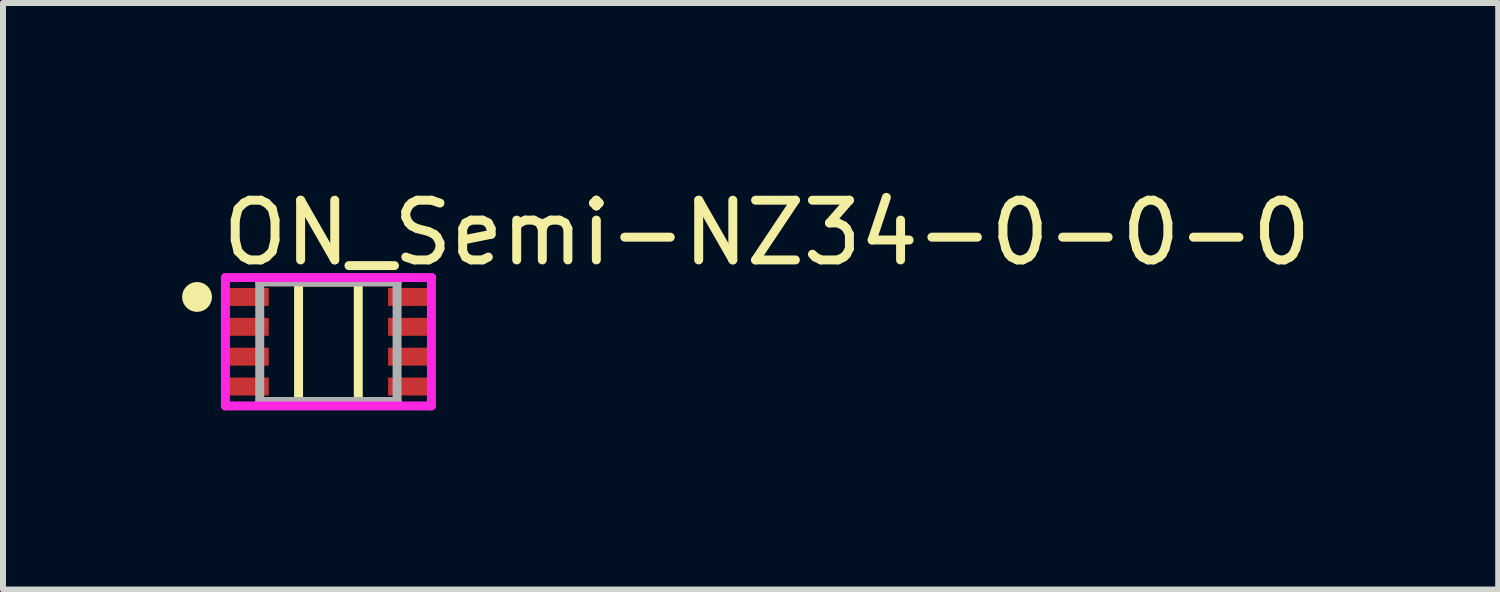
<source format=kicad_pcb>
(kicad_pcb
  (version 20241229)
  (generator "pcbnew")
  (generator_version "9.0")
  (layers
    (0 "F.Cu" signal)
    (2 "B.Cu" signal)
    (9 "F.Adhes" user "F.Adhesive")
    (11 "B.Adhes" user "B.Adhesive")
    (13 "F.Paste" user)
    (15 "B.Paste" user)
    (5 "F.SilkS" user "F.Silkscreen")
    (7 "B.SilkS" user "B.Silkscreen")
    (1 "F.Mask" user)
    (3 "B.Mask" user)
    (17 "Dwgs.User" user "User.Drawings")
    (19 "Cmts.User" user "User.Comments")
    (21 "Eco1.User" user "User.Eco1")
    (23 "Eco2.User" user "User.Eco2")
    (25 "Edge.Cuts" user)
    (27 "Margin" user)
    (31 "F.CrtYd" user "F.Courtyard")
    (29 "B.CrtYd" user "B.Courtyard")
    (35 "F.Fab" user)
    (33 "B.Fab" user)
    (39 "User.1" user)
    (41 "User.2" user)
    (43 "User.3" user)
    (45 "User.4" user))
  (footprint "ON_Semi-NZ34-0-0-0"
    (layer "F.Cu")
    (at 2.45 2.673)
    (property "Reference" "ON_Semi-NZ34-0-0-0" (at -1.85 -1.825 0) (layer "F.SilkS") (effects (font (size 1 1) (thickness 0.15)) (justify left)))
    (attr through_hole)
    (fp_line (start -0.5 -1) (end 0.5 -1) (stroke (width 0.15) (type solid)) (layer "F.SilkS"))
    (fp_line (start -0.5 1) (end -0.5 -1) (stroke (width 0.15) (type solid)) (layer "F.SilkS"))
    (fp_line (start 0.5 -1) (end 0.5 1) (stroke (width 0.15) (type solid)) (layer "F.SilkS"))
    (fp_line (start 0.5 1) (end -0.5 1) (stroke (width 0.15) (type solid)) (layer "F.SilkS"))
    (fp_circle (center -2.2 -0.75) (end -2.075 -0.75) (stroke (width 0.25) (type solid)) (fill no) (layer "F.SilkS"))
    (fp_line (start -1.725 -1.075) (end -1.725 1.075) (stroke (width 0.15) (type solid)) (layer "F.CrtYd"))
    (fp_line (start -1.725 1.075) (end 1.725 1.075) (stroke (width 0.15) (type solid)) (layer "F.CrtYd"))
    (fp_line (start 1.725 -1.075) (end -1.725 -1.075) (stroke (width 0.15) (type solid)) (layer "F.CrtYd"))
    (fp_line (start 1.725 -1.075) (end 1.725 -1.075) (stroke (width 0.15) (type solid)) (layer "F.CrtYd"))
    (fp_line (start 1.725 1.075) (end 1.725 -1.075) (stroke (width 0.15) (type solid)) (layer "F.CrtYd"))
    (fp_line (start -1.15 -1) (end 1.15 -1) (stroke (width 0.15) (type solid)) (layer "F.Fab"))
    (fp_line (start -1.15 1) (end -1.15 -1) (stroke (width 0.15) (type solid)) (layer "F.Fab"))
    (fp_line (start 1.15 -1) (end 1.15 1) (stroke (width 0.15) (type solid)) (layer "F.Fab"))
    (fp_line (start 1.15 1) (end -1.15 1) (stroke (width 0.15) (type solid)) (layer "F.Fab"))
    (pad "1" smd rect (at -1.35 -0.75) (size 0.7 0.3) (layers "F.Cu" "F.Mask" "F.Paste"))
    (pad "2" smd rect (at -1.35 -0.25) (size 0.7 0.3) (layers "F.Cu" "F.Mask" "F.Paste"))
    (pad "3" smd rect (at -1.35 0.25) (size 0.7 0.3) (layers "F.Cu" "F.Mask" "F.Paste"))
    (pad "4" smd rect (at -1.35 0.75) (size 0.7 0.3) (layers "F.Cu" "F.Mask" "F.Paste"))
    (pad "5" smd rect (at 1.35 0.75) (size 0.7 0.3) (layers "F.Cu" "F.Mask" "F.Paste"))
    (pad "6" smd rect (at 1.35 0.25) (size 0.7 0.3) (layers "F.Cu" "F.Mask" "F.Paste"))
    (pad "7" smd rect (at 1.35 -0.25) (size 0.7 0.3) (layers "F.Cu" "F.Mask" "F.Paste"))
    (pad "8" smd rect (at 1.35 -0.75) (size 0.7 0.3) (layers "F.Cu" "F.Mask" "F.Paste")))
  (gr_rect
    (start -3 -3)
    (end 22.04 6.823)
    (stroke (width 0.1) (type default))
    (fill no)
    (layer "Edge.Cuts")))
</source>
